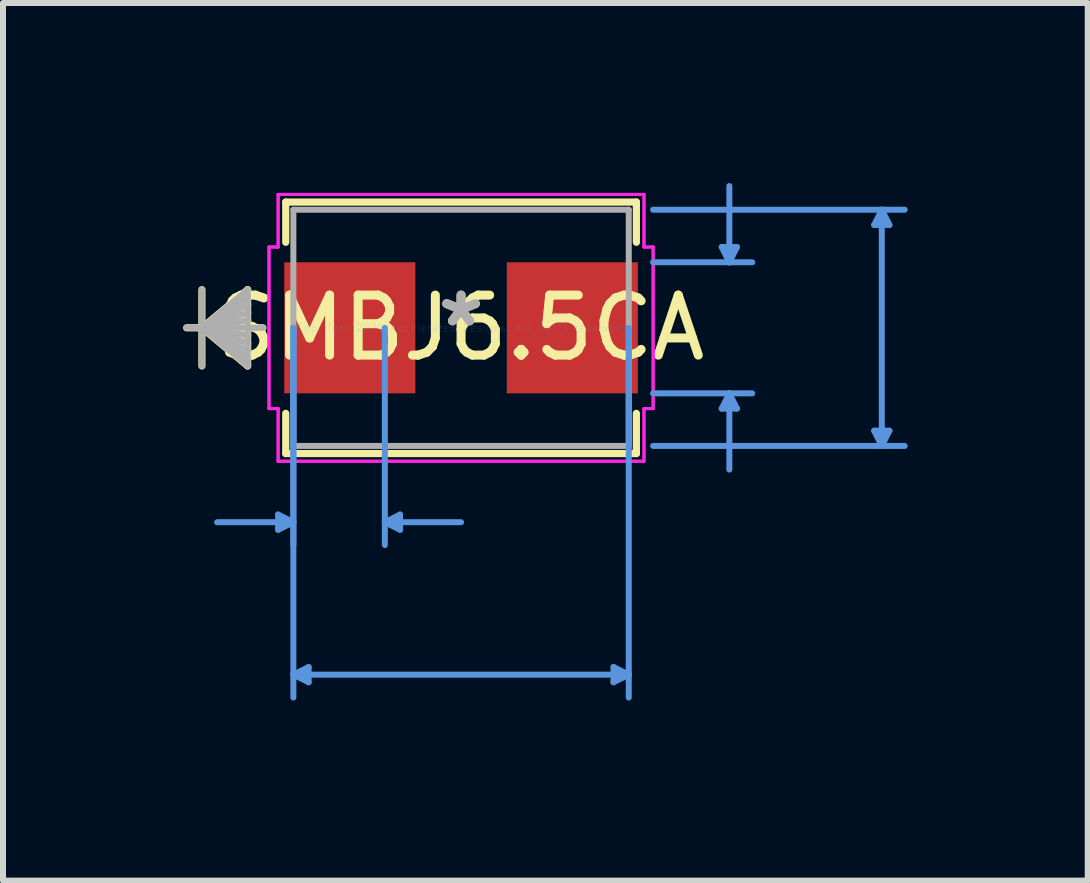
<source format=kicad_pcb>
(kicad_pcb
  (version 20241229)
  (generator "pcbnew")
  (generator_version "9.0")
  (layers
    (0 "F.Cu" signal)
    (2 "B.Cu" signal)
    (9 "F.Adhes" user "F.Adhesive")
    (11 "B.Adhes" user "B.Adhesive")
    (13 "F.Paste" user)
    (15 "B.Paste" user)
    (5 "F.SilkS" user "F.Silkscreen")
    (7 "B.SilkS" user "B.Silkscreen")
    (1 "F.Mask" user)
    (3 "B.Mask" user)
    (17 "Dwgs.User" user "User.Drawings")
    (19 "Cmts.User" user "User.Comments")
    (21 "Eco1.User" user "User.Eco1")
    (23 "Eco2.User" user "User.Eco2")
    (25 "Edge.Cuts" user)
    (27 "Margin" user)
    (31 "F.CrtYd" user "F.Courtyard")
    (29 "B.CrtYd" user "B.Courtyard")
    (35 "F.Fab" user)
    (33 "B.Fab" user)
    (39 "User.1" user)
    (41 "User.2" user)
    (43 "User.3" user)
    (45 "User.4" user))
  (footprint "SMBJ6.5CA"
    (layer "F.Cu")
    (at 4.632 2.412)
    (property "Reference" "SMBJ6.5CA" (at 0 0 0) (layer "F.SilkS") (effects (font (size 1 1) (thickness 0.15))))
    (attr through_hole)
    (fp_line (start -4.318 -0.635) (end -4.318 0.635) (stroke (width 0.12) (type solid)) (layer "F.SilkS"))
    (fp_line (start -4.318 0) (end -3.556 -0.635) (stroke (width 0.12) (type solid)) (layer "F.SilkS"))
    (fp_line (start -4.318 0) (end -3.556 -0.508) (stroke (width 0.12) (type solid)) (layer "F.SilkS"))
    (fp_line (start -4.318 0) (end -3.556 -0.381) (stroke (width 0.12) (type solid)) (layer "F.SilkS"))
    (fp_line (start -4.318 0) (end -3.556 -0.254) (stroke (width 0.12) (type solid)) (layer "F.SilkS"))
    (fp_line (start -4.318 0) (end -3.556 -0.127) (stroke (width 0.12) (type solid)) (layer "F.SilkS"))
    (fp_line (start -4.318 0) (end -3.556 0.127) (stroke (width 0.12) (type solid)) (layer "F.SilkS"))
    (fp_line (start -4.318 0) (end -3.556 0.254) (stroke (width 0.12) (type solid)) (layer "F.SilkS"))
    (fp_line (start -4.318 0) (end -3.556 0.381) (stroke (width 0.12) (type solid)) (layer "F.SilkS"))
    (fp_line (start -4.318 0) (end -3.556 0.508) (stroke (width 0.12) (type solid)) (layer "F.SilkS"))
    (fp_line (start -4.318 0) (end -3.556 0.635) (stroke (width 0.12) (type solid)) (layer "F.SilkS"))
    (fp_line (start -3.556 -0.635) (end -3.556 0.635) (stroke (width 0.12) (type solid)) (layer "F.SilkS"))
    (fp_line (start -3.302 0) (end -4.572 0) (stroke (width 0.12) (type solid)) (layer "F.SilkS"))
    (fp_line (start -2.921 -2.095) (end -2.921 -1.425) (stroke (width 0.12) (type solid)) (layer "F.SilkS"))
    (fp_line (start -2.921 1.425) (end -2.921 2.095) (stroke (width 0.12) (type solid)) (layer "F.SilkS"))
    (fp_line (start -2.921 2.095) (end 2.921 2.095) (stroke (width 0.12) (type solid)) (layer "F.SilkS"))
    (fp_line (start 2.921 -2.095) (end -2.921 -2.095) (stroke (width 0.12) (type solid)) (layer "F.SilkS"))
    (fp_line (start 2.921 -1.425) (end 2.921 -2.095) (stroke (width 0.12) (type solid)) (layer "F.SilkS"))
    (fp_line (start 2.921 2.095) (end 2.921 1.425) (stroke (width 0.12) (type solid)) (layer "F.SilkS"))
    (fp_line (start -3.048 3.111) (end -3.048 3.365) (stroke (width 0.1) (type solid)) (layer "Cmts.User"))
    (fp_line (start -2.794 0) (end -2.794 3.619) (stroke (width 0.1) (type solid)) (layer "Cmts.User"))
    (fp_line (start -2.794 0) (end -2.794 6.16) (stroke (width 0.1) (type solid)) (layer "Cmts.User"))
    (fp_line (start -2.794 3.239) (end -4.064 3.239) (stroke (width 0.1) (type solid)) (layer "Cmts.User"))
    (fp_line (start -2.794 3.239) (end -3.048 3.111) (stroke (width 0.1) (type solid)) (layer "Cmts.User"))
    (fp_line (start -2.794 3.239) (end -3.048 3.365) (stroke (width 0.1) (type solid)) (layer "Cmts.User"))
    (fp_line (start -2.794 5.779) (end -2.54 5.652) (stroke (width 0.1) (type solid)) (layer "Cmts.User"))
    (fp_line (start -2.794 5.779) (end -2.54 5.905) (stroke (width 0.1) (type solid)) (layer "Cmts.User"))
    (fp_line (start -2.794 5.779) (end 2.794 5.779) (stroke (width 0.1) (type solid)) (layer "Cmts.User"))
    (fp_line (start -2.54 5.652) (end -2.54 5.905) (stroke (width 0.1) (type solid)) (layer "Cmts.User"))
    (fp_line (start -1.27 0) (end -1.27 3.619) (stroke (width 0.1) (type solid)) (layer "Cmts.User"))
    (fp_line (start -1.27 3.239) (end -1.016 3.111) (stroke (width 0.1) (type solid)) (layer "Cmts.User"))
    (fp_line (start -1.27 3.239) (end -1.016 3.365) (stroke (width 0.1) (type solid)) (layer "Cmts.User"))
    (fp_line (start -1.27 3.239) (end 0 3.239) (stroke (width 0.1) (type solid)) (layer "Cmts.User"))
    (fp_line (start -1.016 3.111) (end -1.016 3.365) (stroke (width 0.1) (type solid)) (layer "Cmts.User"))
    (fp_line (start 2.54 5.652) (end 2.54 5.905) (stroke (width 0.1) (type solid)) (layer "Cmts.User"))
    (fp_line (start 2.794 0) (end 2.794 6.16) (stroke (width 0.1) (type solid)) (layer "Cmts.User"))
    (fp_line (start 2.794 5.779) (end 2.54 5.652) (stroke (width 0.1) (type solid)) (layer "Cmts.User"))
    (fp_line (start 2.794 5.779) (end 2.54 5.905) (stroke (width 0.1) (type solid)) (layer "Cmts.User"))
    (fp_line (start 3.2 -1.968) (end 7.391 -1.968) (stroke (width 0.1) (type solid)) (layer "Cmts.User"))
    (fp_line (start 3.2 -1.092) (end 4.851 -1.092) (stroke (width 0.1) (type solid)) (layer "Cmts.User"))
    (fp_line (start 3.2 1.092) (end 4.851 1.092) (stroke (width 0.1) (type solid)) (layer "Cmts.User"))
    (fp_line (start 3.2 1.968) (end 7.391 1.968) (stroke (width 0.1) (type solid)) (layer "Cmts.User"))
    (fp_line (start 4.343 -1.346) (end 4.597 -1.346) (stroke (width 0.1) (type solid)) (layer "Cmts.User"))
    (fp_line (start 4.343 1.346) (end 4.597 1.346) (stroke (width 0.1) (type solid)) (layer "Cmts.User"))
    (fp_line (start 4.47 -1.092) (end 4.343 -1.346) (stroke (width 0.1) (type solid)) (layer "Cmts.User"))
    (fp_line (start 4.47 -1.092) (end 4.47 -2.362) (stroke (width 0.1) (type solid)) (layer "Cmts.User"))
    (fp_line (start 4.47 -1.092) (end 4.597 -1.346) (stroke (width 0.1) (type solid)) (layer "Cmts.User"))
    (fp_line (start 4.47 1.092) (end 4.343 1.346) (stroke (width 0.1) (type solid)) (layer "Cmts.User"))
    (fp_line (start 4.47 1.092) (end 4.47 2.362) (stroke (width 0.1) (type solid)) (layer "Cmts.User"))
    (fp_line (start 4.47 1.092) (end 4.597 1.346) (stroke (width 0.1) (type solid)) (layer "Cmts.User"))
    (fp_line (start 6.883 -1.714) (end 7.137 -1.714) (stroke (width 0.1) (type solid)) (layer "Cmts.User"))
    (fp_line (start 6.883 1.714) (end 7.137 1.714) (stroke (width 0.1) (type solid)) (layer "Cmts.User"))
    (fp_line (start 7.01 -1.968) (end 6.883 -1.714) (stroke (width 0.1) (type solid)) (layer "Cmts.User"))
    (fp_line (start 7.01 -1.968) (end 7.01 1.968) (stroke (width 0.1) (type solid)) (layer "Cmts.User"))
    (fp_line (start 7.01 -1.968) (end 7.137 -1.714) (stroke (width 0.1) (type solid)) (layer "Cmts.User"))
    (fp_line (start 7.01 1.968) (end 6.883 1.714) (stroke (width 0.1) (type solid)) (layer "Cmts.User"))
    (fp_line (start 7.01 1.968) (end 7.137 1.714) (stroke (width 0.1) (type solid)) (layer "Cmts.User"))
    (fp_line (start -3.2 -1.346) (end -3.048 -1.346) (stroke (width 0.05) (type solid)) (layer "F.CrtYd"))
    (fp_line (start -3.2 -1.346) (end -3.048 -1.346) (stroke (width 0.05) (type solid)) (layer "F.CrtYd"))
    (fp_line (start -3.2 1.346) (end -3.2 -1.346) (stroke (width 0.05) (type solid)) (layer "F.CrtYd"))
    (fp_line (start -3.2 1.346) (end -3.2 -1.346) (stroke (width 0.05) (type solid)) (layer "F.CrtYd"))
    (fp_line (start -3.048 -2.223) (end 3.048 -2.223) (stroke (width 0.05) (type solid)) (layer "F.CrtYd"))
    (fp_line (start -3.048 -2.223) (end 3.048 -2.223) (stroke (width 0.05) (type solid)) (layer "F.CrtYd"))
    (fp_line (start -3.048 -1.346) (end -3.048 -2.223) (stroke (width 0.05) (type solid)) (layer "F.CrtYd"))
    (fp_line (start -3.048 -1.346) (end -3.048 -2.223) (stroke (width 0.05) (type solid)) (layer "F.CrtYd"))
    (fp_line (start -3.048 1.346) (end -3.2 1.346) (stroke (width 0.05) (type solid)) (layer "F.CrtYd"))
    (fp_line (start -3.048 1.346) (end -3.2 1.346) (stroke (width 0.05) (type solid)) (layer "F.CrtYd"))
    (fp_line (start -3.048 2.223) (end -3.048 1.346) (stroke (width 0.05) (type solid)) (layer "F.CrtYd"))
    (fp_line (start -3.048 2.223) (end -3.048 1.346) (stroke (width 0.05) (type solid)) (layer "F.CrtYd"))
    (fp_line (start 3.048 -2.223) (end 3.048 -1.346) (stroke (width 0.05) (type solid)) (layer "F.CrtYd"))
    (fp_line (start 3.048 -2.223) (end 3.048 -1.346) (stroke (width 0.05) (type solid)) (layer "F.CrtYd"))
    (fp_line (start 3.048 -1.346) (end 3.2 -1.346) (stroke (width 0.05) (type solid)) (layer "F.CrtYd"))
    (fp_line (start 3.048 -1.346) (end 3.2 -1.346) (stroke (width 0.05) (type solid)) (layer "F.CrtYd"))
    (fp_line (start 3.048 1.346) (end 3.048 2.223) (stroke (width 0.05) (type solid)) (layer "F.CrtYd"))
    (fp_line (start 3.048 1.346) (end 3.048 2.223) (stroke (width 0.05) (type solid)) (layer "F.CrtYd"))
    (fp_line (start 3.048 2.223) (end -3.048 2.223) (stroke (width 0.05) (type solid)) (layer "F.CrtYd"))
    (fp_line (start 3.048 2.223) (end -3.048 2.223) (stroke (width 0.05) (type solid)) (layer "F.CrtYd"))
    (fp_line (start 3.2 -1.346) (end 3.2 1.346) (stroke (width 0.05) (type solid)) (layer "F.CrtYd"))
    (fp_line (start 3.2 -1.346) (end 3.2 1.346) (stroke (width 0.05) (type solid)) (layer "F.CrtYd"))
    (fp_line (start 3.2 1.346) (end 3.048 1.346) (stroke (width 0.05) (type solid)) (layer "F.CrtYd"))
    (fp_line (start 3.2 1.346) (end 3.048 1.346) (stroke (width 0.05) (type solid)) (layer "F.CrtYd"))
    (fp_line (start -4.318 -0.635) (end -4.318 0.635) (stroke (width 0.1) (type solid)) (layer "F.Fab"))
    (fp_line (start -4.318 0) (end -3.556 -0.635) (stroke (width 0.1) (type solid)) (layer "F.Fab"))
    (fp_line (start -4.318 0) (end -3.556 -0.508) (stroke (width 0.1) (type solid)) (layer "F.Fab"))
    (fp_line (start -4.318 0) (end -3.556 -0.381) (stroke (width 0.1) (type solid)) (layer "F.Fab"))
    (fp_line (start -4.318 0) (end -3.556 -0.254) (stroke (width 0.1) (type solid)) (layer "F.Fab"))
    (fp_line (start -4.318 0) (end -3.556 -0.127) (stroke (width 0.1) (type solid)) (layer "F.Fab"))
    (fp_line (start -4.318 0) (end -3.556 0.127) (stroke (width 0.1) (type solid)) (layer "F.Fab"))
    (fp_line (start -4.318 0) (end -3.556 0.254) (stroke (width 0.1) (type solid)) (layer "F.Fab"))
    (fp_line (start -4.318 0) (end -3.556 0.381) (stroke (width 0.1) (type solid)) (layer "F.Fab"))
    (fp_line (start -4.318 0) (end -3.556 0.508) (stroke (width 0.1) (type solid)) (layer "F.Fab"))
    (fp_line (start -4.318 0) (end -3.556 0.635) (stroke (width 0.1) (type solid)) (layer "F.Fab"))
    (fp_line (start -3.556 -0.635) (end -3.556 0.635) (stroke (width 0.1) (type solid)) (layer "F.Fab"))
    (fp_line (start -3.302 0) (end -4.572 0) (stroke (width 0.1) (type solid)) (layer "F.Fab"))
    (fp_line (start -2.794 -1.968) (end -2.794 1.968) (stroke (width 0.1) (type solid)) (layer "F.Fab"))
    (fp_line (start -2.794 1.968) (end 2.794 1.968) (stroke (width 0.1) (type solid)) (layer "F.Fab"))
    (fp_line (start 2.794 -1.968) (end -2.794 -1.968) (stroke (width 0.1) (type solid)) (layer "F.Fab"))
    (fp_line (start 2.794 1.968) (end 2.794 -1.968) (stroke (width 0.1) (type solid)) (layer "F.Fab"))
    (fp_text user "*" (at 0 0 0) (layer "F.SilkS") (effects (font (size 1 1) (thickness 0.15))))
    (fp_text user "Copyright 2021 Accelerated Designs. All rights reserved." (at 0 0 0) (layer "Cmts.User") (effects (font (size 0.127 0.127) (thickness 0.002))))
    (fp_text user "*" (at 0 0 0) (layer "F.Fab") (effects (font (size 1 1) (thickness 0.15))))
    (pad "1" smd rect (at -1.854 0 90) (size 2.184 2.184) (layers "F.Cu" "F.Mask" "F.Paste"))
    (pad "2" smd rect (at 1.854 0 90) (size 2.184 2.184) (layers "F.Cu" "F.Mask" "F.Paste")))
  (gr_rect
    (start -3 -3)
    (end 15.073 11.622)
    (stroke (width 0.1) (type default))
    (fill no)
    (layer "Edge.Cuts")))
</source>
